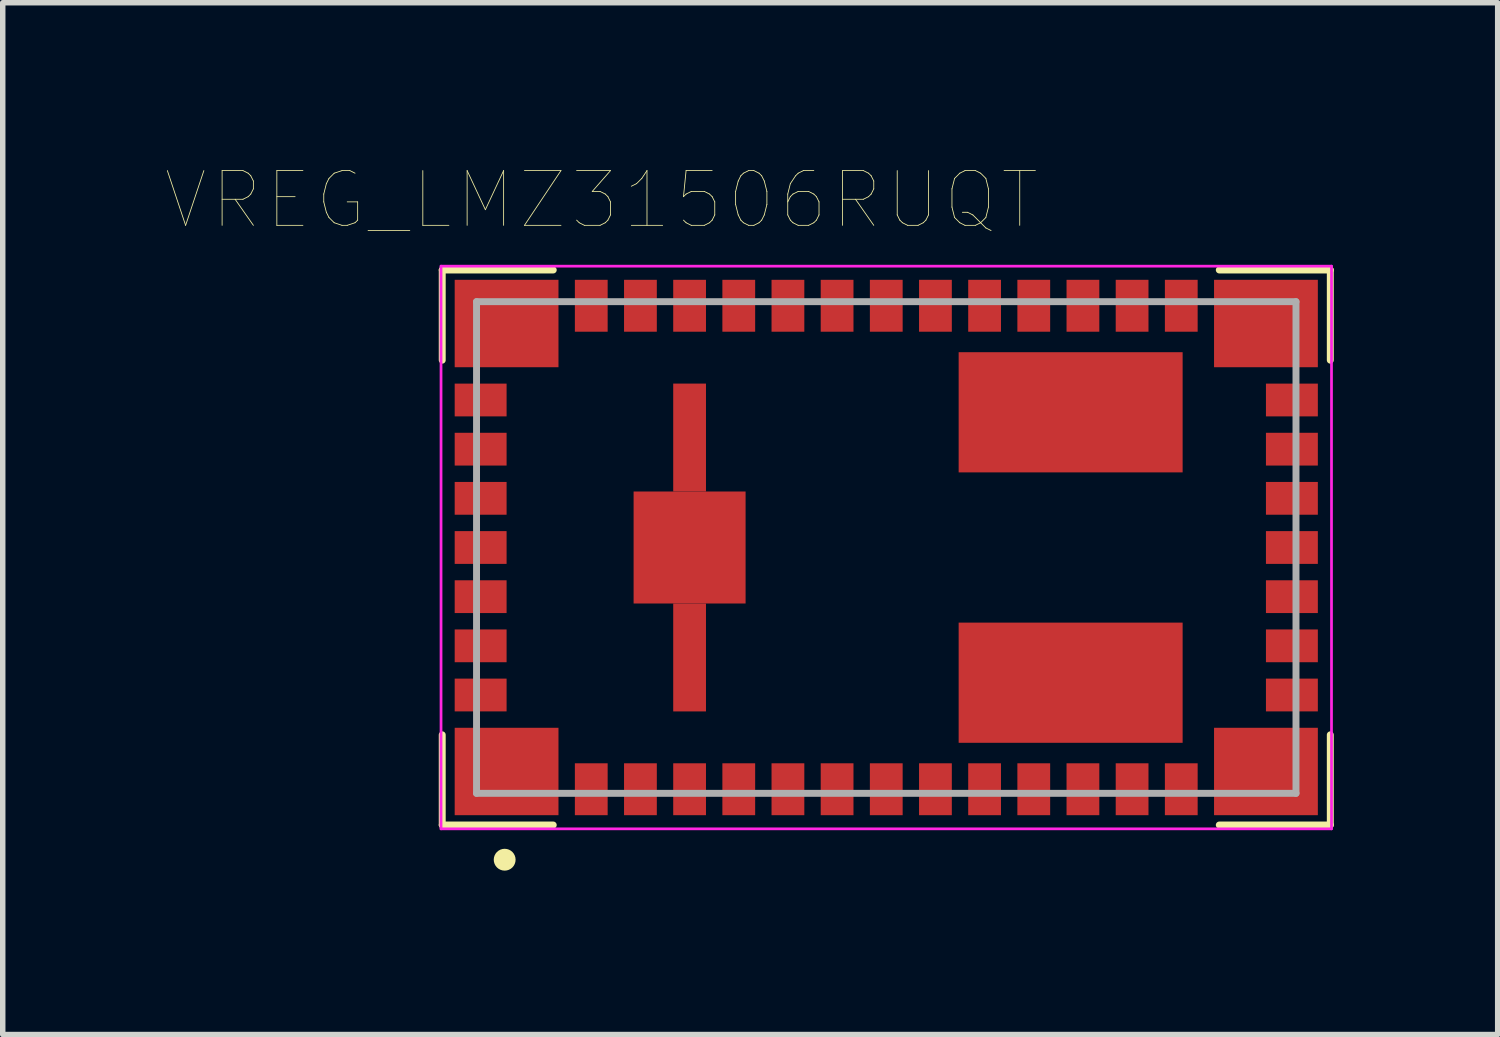
<source format=kicad_pcb>
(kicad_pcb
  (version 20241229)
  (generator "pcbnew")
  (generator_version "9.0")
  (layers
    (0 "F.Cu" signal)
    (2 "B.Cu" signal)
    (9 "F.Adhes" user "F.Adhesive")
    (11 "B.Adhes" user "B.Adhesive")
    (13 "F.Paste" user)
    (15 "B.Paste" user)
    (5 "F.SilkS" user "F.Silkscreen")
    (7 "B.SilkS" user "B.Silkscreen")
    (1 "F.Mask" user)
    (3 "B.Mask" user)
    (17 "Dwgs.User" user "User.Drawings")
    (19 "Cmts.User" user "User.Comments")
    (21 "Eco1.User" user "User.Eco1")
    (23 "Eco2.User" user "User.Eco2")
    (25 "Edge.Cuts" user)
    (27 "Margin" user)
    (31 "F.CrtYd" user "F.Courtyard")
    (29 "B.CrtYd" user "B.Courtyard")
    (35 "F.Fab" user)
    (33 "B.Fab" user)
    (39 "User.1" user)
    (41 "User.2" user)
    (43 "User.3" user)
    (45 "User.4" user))
  (footprint "VREG_LMZ31506RUQT"
    (layer "F.Cu")
    (at 13.173 6.972)
    (property "Reference" "VREG_LMZ31506RUQT" (at -5.215 -6.36 0) (layer "F.SilkS") (effects (font (size 1.002 1.002) (thickness 0.015))))
    (attr through_hole)
    (fp_line (start -8.128 -5.08) (end -6.096 -5.08) (stroke (width 0.127) (type solid)) (layer "F.SilkS"))
    (fp_line (start -8.128 -3.429) (end -8.128 -5.08) (stroke (width 0.127) (type solid)) (layer "F.SilkS"))
    (fp_line (start -8.128 3.429) (end -8.128 5.08) (stroke (width 0.127) (type solid)) (layer "F.SilkS"))
    (fp_line (start -8.128 5.08) (end -6.096 5.08) (stroke (width 0.127) (type solid)) (layer "F.SilkS"))
    (fp_line (start 8.128 -5.08) (end 6.096 -5.08) (stroke (width 0.127) (type solid)) (layer "F.SilkS"))
    (fp_line (start 8.128 -3.429) (end 8.128 -5.08) (stroke (width 0.127) (type solid)) (layer "F.SilkS"))
    (fp_line (start 8.128 3.429) (end 8.128 5.08) (stroke (width 0.127) (type solid)) (layer "F.SilkS"))
    (fp_line (start 8.128 5.08) (end 6.096 5.08) (stroke (width 0.127) (type solid)) (layer "F.SilkS"))
    (fp_circle (center -6.985 5.715) (end -6.885 5.715) (stroke (width 0.2) (type solid)) (fill no) (layer "F.SilkS"))
    (fp_poly (pts (xy -7.888 0.625) (xy -6.975 0.625) (xy -6.975 1.177) (xy -7.888 1.177)) (stroke (width 0.01) (type solid)) (fill yes) (layer "F.Paste"))
    (fp_poly (pts (xy -7.885 2.425) (xy -6.975 2.425) (xy -6.975 2.979) (xy -7.885 2.979)) (stroke (width 0.01) (type solid)) (fill yes) (layer "F.Paste"))
    (fp_poly (pts (xy -7.882 1.525) (xy -6.975 1.525) (xy -6.975 2.077) (xy -7.882 2.077)) (stroke (width 0.01) (type solid)) (fill yes) (layer "F.Paste"))
    (fp_poly (pts (xy -7.881 -1.175) (xy -6.975 -1.175) (xy -6.975 -0.625) (xy -7.881 -0.625)) (stroke (width 0.01) (type solid)) (fill yes) (layer "F.Paste"))
    (fp_poly (pts (xy -7.88 -2.075) (xy -6.975 -2.075) (xy -6.975 -1.526) (xy -7.88 -1.526)) (stroke (width 0.01) (type solid)) (fill yes) (layer "F.Paste"))
    (fp_poly (pts (xy -7.878 -2.975) (xy -6.975 -2.975) (xy -6.975 -2.426) (xy -7.878 -2.426)) (stroke (width 0.01) (type solid)) (fill yes) (layer "F.Paste"))
    (fp_poly (pts (xy -7.877 -0.275) (xy -6.975 -0.275) (xy -6.975 0.275) (xy -7.877 0.275)) (stroke (width 0.01) (type solid)) (fill yes) (layer "F.Paste"))
    (fp_poly (pts (xy -7.695 3.48) (xy -6.215 3.48) (xy -6.215 4.726) (xy -7.695 4.726)) (stroke (width 0.01) (type solid)) (fill yes) (layer "F.Paste"))
    (fp_poly (pts (xy -7.691 -4.72) (xy -6.215 -4.72) (xy -6.215 -3.483) (xy -7.691 -3.483)) (stroke (width 0.01) (type solid)) (fill yes) (layer "F.Paste"))
    (fp_poly (pts (xy -5.856 -4.7) (xy -4.95 -4.7) (xy -4.95 -4.154) (xy -5.856 -4.154)) (stroke (width 0.01) (type solid)) (fill yes) (layer "F.Paste"))
    (fp_poly (pts (xy -5.851 4.15) (xy -4.95 4.15) (xy -4.95 4.701) (xy -5.851 4.701)) (stroke (width 0.01) (type solid)) (fill yes) (layer "F.Paste"))
    (fp_poly (pts (xy -4.958 4.15) (xy -4.05 4.15) (xy -4.05 4.707) (xy -4.958 4.707)) (stroke (width 0.01) (type solid)) (fill yes) (layer "F.Paste"))
    (fp_poly (pts (xy -4.956 -4.7) (xy -4.05 -4.7) (xy -4.05 -4.155) (xy -4.956 -4.155)) (stroke (width 0.01) (type solid)) (fill yes) (layer "F.Paste"))
    (fp_poly (pts (xy -4.633 0.15) (xy -3.75 0.15) (xy -3.75 1.031) (xy -4.633 1.031)) (stroke (width 0.01) (type solid)) (fill yes) (layer "F.Paste"))
    (fp_poly (pts (xy -4.631 -1.03) (xy -3.75 -1.03) (xy -3.75 -0.15) (xy -4.631 -0.15)) (stroke (width 0.01) (type solid)) (fill yes) (layer "F.Paste"))
    (fp_poly (pts (xy -4.055 -4.7) (xy -3.15 -4.7) (xy -3.15 -4.155) (xy -4.055 -4.155)) (stroke (width 0.01) (type solid)) (fill yes) (layer "F.Paste"))
    (fp_poly (pts (xy -4.051 4.15) (xy -3.15 4.15) (xy -3.15 4.701) (xy -4.051 4.701)) (stroke (width 0.01) (type solid)) (fill yes) (layer "F.Paste"))
    (fp_poly (pts (xy -3.856 -2.89) (xy -3.35 -2.89) (xy -3.35 -2.273) (xy -3.856 -2.273)) (stroke (width 0.01) (type solid)) (fill yes) (layer "F.Paste"))
    (fp_poly (pts (xy -3.855 -1.95) (xy -3.35 -1.95) (xy -3.35 -1.332) (xy -3.855 -1.332)) (stroke (width 0.01) (type solid)) (fill yes) (layer "F.Paste"))
    (fp_poly (pts (xy -3.853 1.33) (xy -3.35 1.33) (xy -3.35 1.951) (xy -3.853 1.951)) (stroke (width 0.01) (type solid)) (fill yes) (layer "F.Paste"))
    (fp_poly (pts (xy -3.851 2.27) (xy -3.35 2.27) (xy -3.35 2.891) (xy -3.851 2.891)) (stroke (width 0.01) (type solid)) (fill yes) (layer "F.Paste"))
    (fp_poly (pts (xy -3.456 -1.03) (xy -2.57 -1.03) (xy -2.57 -0.15) (xy -3.456 -0.15)) (stroke (width 0.01) (type solid)) (fill yes) (layer "F.Paste"))
    (fp_poly (pts (xy -3.455 0.15) (xy -2.57 0.15) (xy -2.57 1.031) (xy -3.455 1.031)) (stroke (width 0.01) (type solid)) (fill yes) (layer "F.Paste"))
    (fp_poly (pts (xy -3.154 4.15) (xy -2.25 4.15) (xy -2.25 4.706) (xy -3.154 4.706)) (stroke (width 0.01) (type solid)) (fill yes) (layer "F.Paste"))
    (fp_poly (pts (xy -3.152 -4.7) (xy -2.25 -4.7) (xy -2.25 -4.152) (xy -3.152 -4.152)) (stroke (width 0.01) (type solid)) (fill yes) (layer "F.Paste"))
    (fp_poly (pts (xy -2.251 -4.7) (xy -1.35 -4.7) (xy -1.35 -4.153) (xy -2.251 -4.153)) (stroke (width 0.01) (type solid)) (fill yes) (layer "F.Paste"))
    (fp_poly (pts (xy -2.25 4.15) (xy -1.35 4.15) (xy -1.35 4.701) (xy -2.25 4.701)) (stroke (width 0.01) (type solid)) (fill yes) (layer "F.Paste"))
    (fp_poly (pts (xy -1.352 4.15) (xy -0.45 4.15) (xy -0.45 4.708) (xy -1.352 4.708)) (stroke (width 0.01) (type solid)) (fill yes) (layer "F.Paste"))
    (fp_poly (pts (xy -1.352 -4.7) (xy -0.45 -4.7) (xy -0.45 -4.155) (xy -1.352 -4.155)) (stroke (width 0.01) (type solid)) (fill yes) (layer "F.Paste"))
    (fp_poly (pts (xy -0.451 -4.7) (xy 0.45 -4.7) (xy 0.45 -4.157) (xy -0.451 -4.157)) (stroke (width 0.01) (type solid)) (fill yes) (layer "F.Paste"))
    (fp_poly (pts (xy -0.45 4.15) (xy 0.45 4.15) (xy 0.45 4.702) (xy -0.45 4.702)) (stroke (width 0.01) (type solid)) (fill yes) (layer "F.Paste"))
    (fp_poly (pts (xy 0.45 -4.7) (xy 1.35 -4.7) (xy 1.35 -4.154) (xy 0.45 -4.154)) (stroke (width 0.01) (type solid)) (fill yes) (layer "F.Paste"))
    (fp_poly (pts (xy 0.451 4.15) (xy 1.35 4.15) (xy 1.35 4.705) (xy 0.451 4.705)) (stroke (width 0.01) (type solid)) (fill yes) (layer "F.Paste"))
    (fp_poly (pts (xy 1.35 -4.7) (xy 2.25 -4.7) (xy 2.25 -4.151) (xy 1.35 -4.151)) (stroke (width 0.01) (type solid)) (fill yes) (layer "F.Paste"))
    (fp_poly (pts (xy 1.352 4.15) (xy 2.25 4.15) (xy 2.25 4.708) (xy 1.352 4.708)) (stroke (width 0.01) (type solid)) (fill yes) (layer "F.Paste"))
    (fp_poly (pts (xy 1.875 -2.325) (xy 3.225 -2.325) (xy 3.225 -1.575) (xy 1.875 -1.575)) (stroke (width 0.01) (type solid)) (fill yes) (layer "F.Paste"))
    (fp_poly (pts (xy 1.875 1.575) (xy 3.225 1.575) (xy 3.225 2.325) (xy 1.875 2.325)) (stroke (width 0.01) (type solid)) (fill yes) (layer "F.Paste"))
    (fp_poly (pts (xy 1.875 2.625) (xy 3.225 2.625) (xy 3.225 3.376) (xy 1.875 3.376)) (stroke (width 0.01) (type solid)) (fill yes) (layer "F.Paste"))
    (fp_poly (pts (xy 1.877 -3.375) (xy 3.225 -3.375) (xy 3.225 -2.628) (xy 1.877 -2.628)) (stroke (width 0.01) (type solid)) (fill yes) (layer "F.Paste"))
    (fp_poly (pts (xy 2.252 4.15) (xy 3.15 4.15) (xy 3.15 4.704) (xy 2.252 4.704)) (stroke (width 0.01) (type solid)) (fill yes) (layer "F.Paste"))
    (fp_poly (pts (xy 2.252 -4.7) (xy 3.15 -4.7) (xy 3.15 -4.154) (xy 2.252 -4.154)) (stroke (width 0.01) (type solid)) (fill yes) (layer "F.Paste"))
    (fp_poly (pts (xy 3.152 4.15) (xy 4.05 4.15) (xy 4.05 4.703) (xy 3.152 4.703)) (stroke (width 0.01) (type solid)) (fill yes) (layer "F.Paste"))
    (fp_poly (pts (xy 3.156 -4.7) (xy 4.05 -4.7) (xy 4.05 -4.158) (xy 3.156 -4.158)) (stroke (width 0.01) (type solid)) (fill yes) (layer "F.Paste"))
    (fp_poly (pts (xy 3.525 -3.375) (xy 4.875 -3.375) (xy 4.875 -2.625) (xy 3.525 -2.625)) (stroke (width 0.01) (type solid)) (fill yes) (layer "F.Paste"))
    (fp_poly (pts (xy 3.526 2.625) (xy 4.875 2.625) (xy 4.875 3.376) (xy 3.526 3.376)) (stroke (width 0.01) (type solid)) (fill yes) (layer "F.Paste"))
    (fp_poly (pts (xy 3.531 -2.325) (xy 4.875 -2.325) (xy 4.875 -1.578) (xy 3.531 -1.578)) (stroke (width 0.01) (type solid)) (fill yes) (layer "F.Paste"))
    (fp_poly (pts (xy 3.531 1.575) (xy 4.875 1.575) (xy 4.875 2.329) (xy 3.531 2.329)) (stroke (width 0.01) (type solid)) (fill yes) (layer "F.Paste"))
    (fp_poly (pts (xy 4.053 -4.7) (xy 4.95 -4.7) (xy 4.95 -4.154) (xy 4.053 -4.154)) (stroke (width 0.01) (type solid)) (fill yes) (layer "F.Paste"))
    (fp_poly (pts (xy 4.058 4.15) (xy 4.95 4.15) (xy 4.95 4.709) (xy 4.058 4.709)) (stroke (width 0.01) (type solid)) (fill yes) (layer "F.Paste"))
    (fp_poly (pts (xy 4.954 4.15) (xy 5.85 4.15) (xy 5.85 4.703) (xy 4.954 4.703)) (stroke (width 0.01) (type solid)) (fill yes) (layer "F.Paste"))
    (fp_poly (pts (xy 4.954 -4.7) (xy 5.85 -4.7) (xy 5.85 -4.153) (xy 4.954 -4.153)) (stroke (width 0.01) (type solid)) (fill yes) (layer "F.Paste"))
    (fp_poly (pts (xy 6.219 3.48) (xy 7.685 3.48) (xy 7.685 4.723) (xy 6.219 4.723)) (stroke (width 0.01) (type solid)) (fill yes) (layer "F.Paste"))
    (fp_poly (pts (xy 6.223 -4.72) (xy 7.685 -4.72) (xy 7.685 -3.484) (xy 6.223 -3.484)) (stroke (width 0.01) (type solid)) (fill yes) (layer "F.Paste"))
    (fp_poly (pts (xy 6.979 -2.975) (xy 7.875 -2.975) (xy 7.875 -2.426) (xy 6.979 -2.426)) (stroke (width 0.01) (type solid)) (fill yes) (layer "F.Paste"))
    (fp_poly (pts (xy 6.979 -0.275) (xy 7.875 -0.275) (xy 7.875 0.275) (xy 6.979 0.275)) (stroke (width 0.01) (type solid)) (fill yes) (layer "F.Paste"))
    (fp_poly (pts (xy 6.982 2.425) (xy 7.875 2.425) (xy 7.875 2.978) (xy 6.982 2.978)) (stroke (width 0.01) (type solid)) (fill yes) (layer "F.Paste"))
    (fp_poly (pts (xy 6.984 1.525) (xy 7.875 1.525) (xy 7.875 2.078) (xy 6.984 2.078)) (stroke (width 0.01) (type solid)) (fill yes) (layer "F.Paste"))
    (fp_poly (pts (xy 6.986 -2.075) (xy 7.875 -2.075) (xy 7.875 -1.527) (xy 6.986 -1.527)) (stroke (width 0.01) (type solid)) (fill yes) (layer "F.Paste"))
    (fp_poly (pts (xy 6.986 0.625) (xy 7.875 0.625) (xy 7.875 1.177) (xy 6.986 1.177)) (stroke (width 0.01) (type solid)) (fill yes) (layer "F.Paste"))
    (fp_poly (pts (xy 6.987 -1.175) (xy 7.875 -1.175) (xy 7.875 -0.626) (xy 6.987 -0.626)) (stroke (width 0.01) (type solid)) (fill yes) (layer "F.Paste"))
    (fp_line (start -8.15 -5.15) (end -8.15 5.15) (stroke (width 0.05) (type solid)) (layer "F.CrtYd"))
    (fp_line (start -8.15 5.15) (end 8.15 5.15) (stroke (width 0.05) (type solid)) (layer "F.CrtYd"))
    (fp_line (start 8.15 -5.15) (end -8.15 -5.15) (stroke (width 0.05) (type solid)) (layer "F.CrtYd"))
    (fp_line (start 8.15 5.15) (end 8.15 -5.15) (stroke (width 0.05) (type solid)) (layer "F.CrtYd"))
    (fp_line (start -7.5 -4.5) (end -7.5 4.5) (stroke (width 0.127) (type solid)) (layer "F.Fab"))
    (fp_line (start -7.5 4.5) (end 7.5 4.5) (stroke (width 0.127) (type solid)) (layer "F.Fab"))
    (fp_line (start 7.5 -4.5) (end -7.5 -4.5) (stroke (width 0.127) (type solid)) (layer "F.Fab"))
    (fp_line (start 7.5 4.5) (end 7.5 -4.5) (stroke (width 0.127) (type solid)) (layer "F.Fab"))
    (pad "1" smd rect (at -6.95 4.1) (size 1.9 1.6) (layers "F.Cu" "F.Mask"))
    (pad "2" smd rect (at -5.4 4.425) (size 0.6 0.95) (layers "F.Cu" "F.Mask"))
    (pad "3" smd rect (at -4.5 4.425) (size 0.6 0.95) (layers "F.Cu" "F.Mask"))
    (pad "4" smd rect (at -3.6 4.425) (size 0.6 0.95) (layers "F.Cu" "F.Mask"))
    (pad "5" smd rect (at -2.7 4.425) (size 0.6 0.95) (layers "F.Cu" "F.Mask"))
    (pad "6" smd rect (at -1.8 4.425) (size 0.6 0.95) (layers "F.Cu" "F.Mask"))
    (pad "7" smd rect (at -0.9 4.425) (size 0.6 0.95) (layers "F.Cu" "F.Mask"))
    (pad "8" smd rect (at 0 4.425) (size 0.6 0.95) (layers "F.Cu" "F.Mask"))
    (pad "9" smd rect (at 0.9 4.425) (size 0.6 0.95) (layers "F.Cu" "F.Mask"))
    (pad "10" smd rect (at 1.8 4.425) (size 0.6 0.95) (layers "F.Cu" "F.Mask"))
    (pad "11" smd rect (at 2.7 4.425) (size 0.6 0.95) (layers "F.Cu" "F.Mask"))
    (pad "12" smd rect (at 3.6 4.425) (size 0.6 0.95) (layers "F.Cu" "F.Mask"))
    (pad "13" smd rect (at 4.5 4.425) (size 0.6 0.95) (layers "F.Cu" "F.Mask"))
    (pad "14" smd rect (at 5.4 4.425) (size 0.6 0.95) (layers "F.Cu" "F.Mask"))
    (pad "15" smd rect (at 6.95 4.1) (size 1.9 1.6) (layers "F.Cu" "F.Mask"))
    (pad "16" smd rect (at 7.425 2.7) (size 0.95 0.6) (layers "F.Cu" "F.Mask"))
    (pad "17" smd rect (at 7.425 1.8) (size 0.95 0.6) (layers "F.Cu" "F.Mask"))
    (pad "18" smd rect (at 7.425 0.9) (size 0.95 0.6) (layers "F.Cu" "F.Mask"))
    (pad "19" smd rect (at 7.425 0) (size 0.95 0.6) (layers "F.Cu" "F.Mask"))
    (pad "20" smd rect (at 7.425 -0.9) (size 0.95 0.6) (layers "F.Cu" "F.Mask"))
    (pad "21" smd rect (at 7.425 -1.8) (size 0.95 0.6) (layers "F.Cu" "F.Mask"))
    (pad "22" smd rect (at 7.425 -2.7) (size 0.95 0.6) (layers "F.Cu" "F.Mask"))
    (pad "23" smd rect (at 6.95 -4.1) (size 1.9 1.6) (layers "F.Cu" "F.Mask"))
    (pad "24" smd rect (at 5.4 -4.425) (size 0.6 0.95) (layers "F.Cu" "F.Mask"))
    (pad "25" smd rect (at 4.5 -4.425) (size 0.6 0.95) (layers "F.Cu" "F.Mask"))
    (pad "26" smd rect (at 3.6 -4.425) (size 0.6 0.95) (layers "F.Cu" "F.Mask"))
    (pad "27" smd rect (at 2.7 -4.425) (size 0.6 0.95) (layers "F.Cu" "F.Mask"))
    (pad "28" smd rect (at 1.8 -4.425) (size 0.6 0.95) (layers "F.Cu" "F.Mask"))
    (pad "29" smd rect (at 0.9 -4.425) (size 0.6 0.95) (layers "F.Cu" "F.Mask"))
    (pad "30" smd rect (at 0 -4.425) (size 0.6 0.95) (layers "F.Cu" "F.Mask"))
    (pad "31" smd rect (at -0.9 -4.425) (size 0.6 0.95) (layers "F.Cu" "F.Mask"))
    (pad "32" smd rect (at -1.8 -4.425) (size 0.6 0.95) (layers "F.Cu" "F.Mask"))
    (pad "33" smd rect (at -2.7 -4.425) (size 0.6 0.95) (layers "F.Cu" "F.Mask"))
    (pad "34" smd rect (at -3.6 -4.425) (size 0.6 0.95) (layers "F.Cu" "F.Mask"))
    (pad "35" smd rect (at -4.5 -4.425) (size 0.6 0.95) (layers "F.Cu" "F.Mask"))
    (pad "36" smd rect (at -5.4 -4.425) (size 0.6 0.95) (layers "F.Cu" "F.Mask"))
    (pad "37" smd rect (at -6.95 -4.1) (size 1.9 1.6) (layers "F.Cu" "F.Mask"))
    (pad "38" smd rect (at -7.425 -2.7) (size 0.95 0.6) (layers "F.Cu" "F.Mask"))
    (pad "39" smd rect (at -7.425 -1.8) (size 0.95 0.6) (layers "F.Cu" "F.Mask"))
    (pad "40" smd rect (at -7.425 -0.9) (size 0.95 0.6) (layers "F.Cu" "F.Mask"))
    (pad "41" smd rect (at -7.425 0) (size 0.95 0.6) (layers "F.Cu" "F.Mask"))
    (pad "42" smd rect (at -7.425 0.9) (size 0.95 0.6) (layers "F.Cu" "F.Mask"))
    (pad "43" smd rect (at -7.425 1.8) (size 0.95 0.6) (layers "F.Cu" "F.Mask"))
    (pad "44" smd rect (at -7.425 2.7) (size 0.95 0.6) (layers "F.Cu" "F.Mask"))
    (pad "45" smd rect (at -3.6 0) (size 2.05 2.05) (layers "F.Cu" "F.Mask"))
    (pad "46" smd rect (at 3.375 2.475) (size 4.1 2.2) (layers "F.Cu" "F.Mask"))
    (pad "47" smd rect (at 3.375 -2.475) (size 4.1 2.2) (layers "F.Cu" "F.Mask"))
    (pad "451" smd rect (at -3.6 -2.013) (size 0.6 1.975) (layers "F.Cu" "F.Mask"))
    (pad "452" smd rect (at -3.6 2.013) (size 0.6 1.975) (layers "F.Cu" "F.Mask")))
  (gr_rect
    (start -3 -3)
    (end 24.365 15.887)
    (stroke (width 0.1) (type default))
    (fill no)
    (layer "Edge.Cuts")))
</source>
